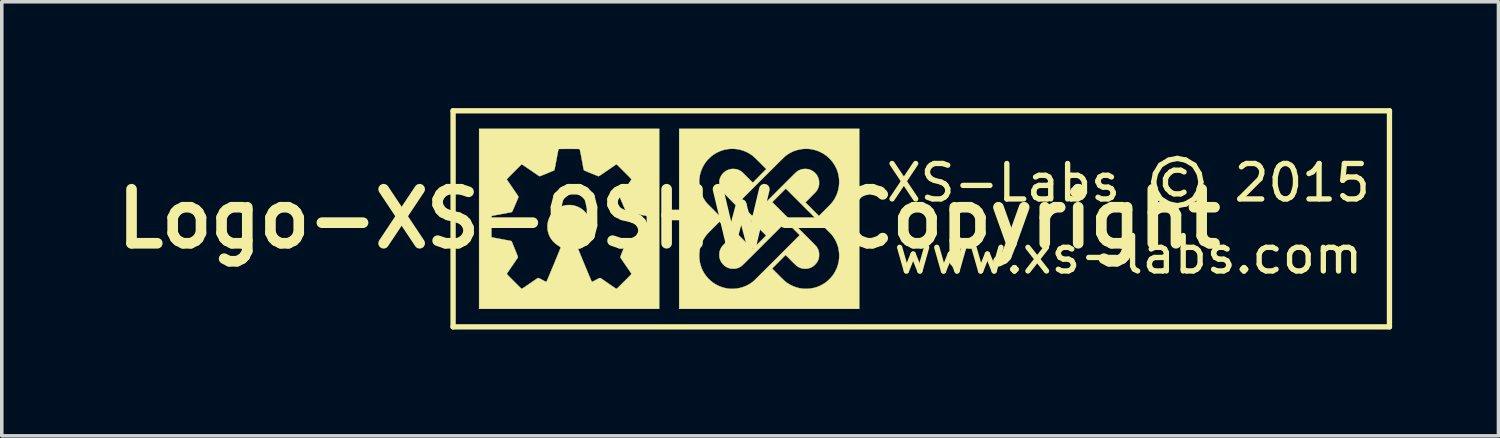
<source format=kicad_pcb>
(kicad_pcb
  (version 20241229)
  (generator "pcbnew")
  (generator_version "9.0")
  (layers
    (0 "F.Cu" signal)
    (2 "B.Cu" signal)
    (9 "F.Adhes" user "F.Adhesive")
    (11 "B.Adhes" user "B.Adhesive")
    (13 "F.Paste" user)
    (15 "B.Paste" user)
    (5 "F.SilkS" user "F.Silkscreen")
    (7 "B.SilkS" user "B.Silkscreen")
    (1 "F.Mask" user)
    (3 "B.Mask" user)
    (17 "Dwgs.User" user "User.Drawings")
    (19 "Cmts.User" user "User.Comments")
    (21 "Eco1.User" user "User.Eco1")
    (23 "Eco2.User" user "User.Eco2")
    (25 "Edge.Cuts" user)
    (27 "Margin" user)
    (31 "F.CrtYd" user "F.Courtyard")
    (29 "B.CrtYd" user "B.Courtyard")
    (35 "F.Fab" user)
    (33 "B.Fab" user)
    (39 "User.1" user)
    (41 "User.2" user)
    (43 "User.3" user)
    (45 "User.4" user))
  (footprint "Logo-XS-OSHW-Copyright"
    (layer "F.Cu")
    (at 15.828 3.123)
    (property "Reference" "Logo-XS-OSHW-Copyright" (at 0 0 0) (layer "F.SilkS") (effects (font (size 1.524 1.524) (thickness 0.3))))
    (attr through_hole)
    (fp_line (start -6.096 -3.048) (end -6.096 3.048) (stroke (width 0.15) (type solid)) (layer "F.SilkS"))
    (fp_line (start -6.096 -3.048) (end 20.32 -3.048) (stroke (width 0.15) (type solid)) (layer "F.SilkS"))
    (fp_line (start -6.096 3.048) (end 20.32 3.048) (stroke (width 0.15) (type solid)) (layer "F.SilkS"))
    (fp_line (start 20.32 3.048) (end 20.32 -3.048) (stroke (width 0.15) (type solid)) (layer "F.SilkS"))
    (fp_poly (pts (xy 5.362 2.54) (xy 0.282 2.54) (xy 0.282 1.024) (xy 0.847 1.024) (xy 0.849 1.094) (xy 0.855 1.163) (xy 0.867 1.232) (xy 0.884 1.301) (xy 0.906 1.368) (xy 0.933 1.433) (xy 0.945 1.459) (xy 0.978 1.519) (xy 1.016 1.577) (xy 1.059 1.632) (xy 1.105 1.685) (xy 1.154 1.733) (xy 1.207 1.778) (xy 1.243 1.805) (xy 1.305 1.844) (xy 1.369 1.879) (xy 1.435 1.909) (xy 1.503 1.933) (xy 1.573 1.952) (xy 1.644 1.966) (xy 1.703 1.973) (xy 1.72 1.974) (xy 1.741 1.974) (xy 1.765 1.974) (xy 1.791 1.974) (xy 1.817 1.974) (xy 1.843 1.973) (xy 1.866 1.971) (xy 1.886 1.97) (xy 1.897 1.969) (xy 1.969 1.956) (xy 2.04 1.939) (xy 2.109 1.916) (xy 2.176 1.889) (xy 2.24 1.856) (xy 2.302 1.818) (xy 2.361 1.775) (xy 2.377 1.762) (xy 2.381 1.758) (xy 2.389 1.751) (xy 2.401 1.739) (xy 2.416 1.725) (xy 2.434 1.707) (xy 2.456 1.685) (xy 2.48 1.661) (xy 2.508 1.634) (xy 2.538 1.604) (xy 2.571 1.571) (xy 2.606 1.536) (xy 2.644 1.499) (xy 2.684 1.46) (xy 2.725 1.418) (xy 2.741 1.403) (xy 2.903 1.403) (xy 3.075 1.574) (xy 3.11 1.609) (xy 3.142 1.641) (xy 3.171 1.67) (xy 3.198 1.695) (xy 3.221 1.718) (xy 3.24 1.736) (xy 3.256 1.752) (xy 3.269 1.763) (xy 3.278 1.77) (xy 3.278 1.771) (xy 3.335 1.813) (xy 3.395 1.85) (xy 3.457 1.883) (xy 3.522 1.911) (xy 3.588 1.934) (xy 3.655 1.952) (xy 3.723 1.965) (xy 3.761 1.97) (xy 3.774 1.971) (xy 3.787 1.972) (xy 3.797 1.973) (xy 3.802 1.974) (xy 3.811 1.974) (xy 3.825 1.975) (xy 3.842 1.975) (xy 3.862 1.974) (xy 3.883 1.974) (xy 3.905 1.973) (xy 3.926 1.972) (xy 3.946 1.971) (xy 3.962 1.97) (xy 3.975 1.969) (xy 3.977 1.969) (xy 4.05 1.956) (xy 4.121 1.939) (xy 4.189 1.917) (xy 4.256 1.889) (xy 4.32 1.856) (xy 4.382 1.818) (xy 4.442 1.775) (xy 4.448 1.77) (xy 4.461 1.759) (xy 4.478 1.744) (xy 4.496 1.727) (xy 4.515 1.708) (xy 4.534 1.689) (xy 4.553 1.67) (xy 4.569 1.652) (xy 4.583 1.636) (xy 4.592 1.626) (xy 4.636 1.567) (xy 4.674 1.505) (xy 4.707 1.441) (xy 4.736 1.376) (xy 4.759 1.308) (xy 4.776 1.239) (xy 4.789 1.169) (xy 4.796 1.098) (xy 4.797 1.026) (xy 4.797 1.013) (xy 4.792 0.94) (xy 4.781 0.867) (xy 4.766 0.797) (xy 4.745 0.729) (xy 4.718 0.662) (xy 4.687 0.598) (xy 4.65 0.536) (xy 4.609 0.477) (xy 4.577 0.437) (xy 4.573 0.433) (xy 4.565 0.424) (xy 4.553 0.412) (xy 4.538 0.396) (xy 4.519 0.377) (xy 4.497 0.355) (xy 4.472 0.33) (xy 4.444 0.302) (xy 4.414 0.271) (xy 4.38 0.237) (xy 4.344 0.201) (xy 4.306 0.162) (xy 4.266 0.122) (xy 4.224 0.079) (xy 4.179 0.035) (xy 4.133 -0.011) (xy 4.086 -0.058) (xy 4.037 -0.107) (xy 3.987 -0.158) (xy 3.936 -0.209) (xy 3.92 -0.224) (xy 3.291 -0.854) (xy 3.1 -0.663) (xy 2.908 -0.471) (xy 3.527 0.147) (xy 3.586 0.207) (xy 3.641 0.262) (xy 3.693 0.314) (xy 3.741 0.362) (xy 3.785 0.406) (xy 3.826 0.447) (xy 3.864 0.485) (xy 3.899 0.52) (xy 3.931 0.553) (xy 3.96 0.582) (xy 3.987 0.609) (xy 4.011 0.633) (xy 4.033 0.655) (xy 4.052 0.675) (xy 4.069 0.692) (xy 4.085 0.708) (xy 4.098 0.722) (xy 4.11 0.734) (xy 4.12 0.745) (xy 4.129 0.754) (xy 4.136 0.762) (xy 4.143 0.769) (xy 4.148 0.775) (xy 4.152 0.78) (xy 4.156 0.784) (xy 4.159 0.788) (xy 4.161 0.791) (xy 4.163 0.794) (xy 4.164 0.795) (xy 4.187 0.835) (xy 4.206 0.875) (xy 4.219 0.918) (xy 4.224 0.938) (xy 4.226 0.951) (xy 4.228 0.969) (xy 4.229 0.99) (xy 4.229 1.012) (xy 4.229 1.034) (xy 4.228 1.055) (xy 4.227 1.073) (xy 4.225 1.087) (xy 4.225 1.088) (xy 4.22 1.108) (xy 4.214 1.131) (xy 4.206 1.154) (xy 4.198 1.175) (xy 4.193 1.186) (xy 4.173 1.222) (xy 4.148 1.256) (xy 4.12 1.288) (xy 4.088 1.318) (xy 4.055 1.344) (xy 4.019 1.365) (xy 4.014 1.367) (xy 3.975 1.384) (xy 3.935 1.397) (xy 3.895 1.404) (xy 3.851 1.408) (xy 3.823 1.407) (xy 3.78 1.404) (xy 3.74 1.397) (xy 3.702 1.385) (xy 3.665 1.369) (xy 3.628 1.348) (xy 3.617 1.341) (xy 3.611 1.338) (xy 3.605 1.333) (xy 3.599 1.328) (xy 3.591 1.322) (xy 3.583 1.314) (xy 3.573 1.305) (xy 3.561 1.294) (xy 3.547 1.281) (xy 3.531 1.265) (xy 3.512 1.247) (xy 3.49 1.225) (xy 3.465 1.2) (xy 3.437 1.172) (xy 3.285 1.02) (xy 2.903 1.403) (xy 2.741 1.403) (xy 2.768 1.375) (xy 2.813 1.33) (xy 2.86 1.284) (xy 2.908 1.236) (xy 2.957 1.187) (xy 3.007 1.137) (xy 3.043 1.101) (xy 3.683 0.461) (xy 3.493 0.272) (xy 3.466 0.244) (xy 3.44 0.218) (xy 3.415 0.194) (xy 3.392 0.171) (xy 3.371 0.15) (xy 3.352 0.132) (xy 3.336 0.115) (xy 3.322 0.102) (xy 3.312 0.092) (xy 3.305 0.085) (xy 3.301 0.082) (xy 3.301 0.082) (xy 3.298 0.084) (xy 3.292 0.09) (xy 3.283 0.099) (xy 3.269 0.112) (xy 3.253 0.129) (xy 3.233 0.148) (xy 3.21 0.171) (xy 3.184 0.197) (xy 3.155 0.225) (xy 3.124 0.256) (xy 3.091 0.29) (xy 3.054 0.326) (xy 3.016 0.364) (xy 2.976 0.404) (xy 2.934 0.446) (xy 2.89 0.489) (xy 2.845 0.535) (xy 2.798 0.581) (xy 2.75 0.629) (xy 2.701 0.678) (xy 2.677 0.702) (xy 2.618 0.762) (xy 2.562 0.817) (xy 2.511 0.869) (xy 2.462 0.917) (xy 2.418 0.961) (xy 2.376 1.003) (xy 2.338 1.041) (xy 2.303 1.076) (xy 2.271 1.108) (xy 2.241 1.137) (xy 2.214 1.164) (xy 2.19 1.188) (xy 2.168 1.21) (xy 2.148 1.229) (xy 2.131 1.247) (xy 2.115 1.262) (xy 2.101 1.276) (xy 2.089 1.287) (xy 2.078 1.298) (xy 2.069 1.306) (xy 2.061 1.314) (xy 2.054 1.32) (xy 2.048 1.326) (xy 2.043 1.33) (xy 2.038 1.333) (xy 2.035 1.336) (xy 2.031 1.339) (xy 2.029 1.341) (xy 2.028 1.342) (xy 1.988 1.365) (xy 1.947 1.383) (xy 1.904 1.397) (xy 1.884 1.402) (xy 1.871 1.404) (xy 1.853 1.406) (xy 1.833 1.407) (xy 1.811 1.407) (xy 1.788 1.407) (xy 1.768 1.406) (xy 1.749 1.405) (xy 1.735 1.403) (xy 1.734 1.403) (xy 1.715 1.398) (xy 1.692 1.392) (xy 1.669 1.384) (xy 1.648 1.376) (xy 1.636 1.371) (xy 1.6 1.351) (xy 1.566 1.326) (xy 1.533 1.297) (xy 1.504 1.265) (xy 1.478 1.231) (xy 1.456 1.195) (xy 1.452 1.186) (xy 1.444 1.167) (xy 1.435 1.145) (xy 1.428 1.122) (xy 1.422 1.1) (xy 1.419 1.088) (xy 1.417 1.074) (xy 1.416 1.056) (xy 1.415 1.036) (xy 1.415 1.014) (xy 1.416 0.992) (xy 1.417 0.971) (xy 1.418 0.953) (xy 1.42 0.939) (xy 1.42 0.938) (xy 1.432 0.894) (xy 1.449 0.852) (xy 1.47 0.812) (xy 1.481 0.795) (xy 1.485 0.789) (xy 1.489 0.783) (xy 1.494 0.776) (xy 1.5 0.769) (xy 1.508 0.761) (xy 1.517 0.751) (xy 1.528 0.739) (xy 1.541 0.725) (xy 1.557 0.709) (xy 1.576 0.69) (xy 1.597 0.668) (xy 1.623 0.643) (xy 1.651 0.614) (xy 1.802 0.463) (xy 1.42 0.08) (xy 1.257 0.243) (xy 1.223 0.276) (xy 1.193 0.307) (xy 1.167 0.333) (xy 1.143 0.357) (xy 1.123 0.378) (xy 1.105 0.397) (xy 1.089 0.414) (xy 1.075 0.429) (xy 1.063 0.443) (xy 1.052 0.456) (xy 1.042 0.468) (xy 1.033 0.48) (xy 1.025 0.491) (xy 1.02 0.498) (xy 0.981 0.558) (xy 0.946 0.62) (xy 0.917 0.684) (xy 0.893 0.75) (xy 0.874 0.817) (xy 0.86 0.885) (xy 0.851 0.954) (xy 0.847 1.024) (xy 0.282 1.024) (xy 0.282 -1.025) (xy 0.847 -1.025) (xy 0.848 -1.013) (xy 0.853 -0.94) (xy 0.863 -0.867) (xy 0.879 -0.797) (xy 0.9 -0.729) (xy 0.926 -0.662) (xy 0.958 -0.597) (xy 0.995 -0.535) (xy 1.036 -0.476) (xy 1.06 -0.445) (xy 1.064 -0.441) (xy 1.071 -0.434) (xy 1.081 -0.423) (xy 1.095 -0.409) (xy 1.112 -0.392) (xy 1.132 -0.371) (xy 1.155 -0.348) (xy 1.181 -0.322) (xy 1.209 -0.294) (xy 1.24 -0.263) (xy 1.272 -0.23) (xy 1.307 -0.196) (xy 1.343 -0.159) (xy 1.381 -0.121) (xy 1.42 -0.082) (xy 1.46 -0.041) (xy 1.502 0.001) (xy 1.544 0.043) (xy 1.587 0.087) (xy 1.631 0.13) (xy 1.675 0.174) (xy 1.719 0.218) (xy 1.763 0.262) (xy 1.806 0.306) (xy 1.85 0.35) (xy 1.892 0.392) (xy 1.934 0.434) (xy 1.975 0.475) (xy 2.015 0.515) (xy 2.054 0.554) (xy 2.091 0.591) (xy 2.126 0.626) (xy 2.16 0.66) (xy 2.191 0.691) (xy 2.22 0.72) (xy 2.247 0.747) (xy 2.271 0.771) (xy 2.293 0.793) (xy 2.311 0.811) (xy 2.327 0.826) (xy 2.339 0.838) (xy 2.348 0.847) (xy 2.353 0.851) (xy 2.354 0.852) (xy 2.356 0.85) (xy 2.362 0.845) (xy 2.371 0.836) (xy 2.384 0.823) (xy 2.399 0.808) (xy 2.417 0.79) (xy 2.437 0.77) (xy 2.459 0.748) (xy 2.484 0.724) (xy 2.509 0.698) (xy 2.536 0.671) (xy 2.546 0.662) (xy 2.736 0.471) (xy 2.118 -0.147) (xy 2.059 -0.207) (xy 2.003 -0.262) (xy 1.952 -0.314) (xy 1.904 -0.362) (xy 1.859 -0.406) (xy 1.818 -0.447) (xy 1.804 -0.461) (xy 1.961 -0.461) (xy 2.151 -0.272) (xy 2.178 -0.244) (xy 2.205 -0.218) (xy 2.229 -0.194) (xy 2.252 -0.171) (xy 2.273 -0.15) (xy 2.292 -0.132) (xy 2.309 -0.115) (xy 2.322 -0.102) (xy 2.333 -0.092) (xy 2.34 -0.085) (xy 2.343 -0.082) (xy 2.344 -0.082) (xy 2.346 -0.084) (xy 2.352 -0.09) (xy 2.362 -0.099) (xy 2.375 -0.112) (xy 2.392 -0.129) (xy 2.412 -0.148) (xy 2.434 -0.171) (xy 2.46 -0.197) (xy 2.489 -0.225) (xy 2.52 -0.256) (xy 2.554 -0.29) (xy 2.59 -0.326) (xy 2.628 -0.364) (xy 2.668 -0.404) (xy 2.71 -0.446) (xy 2.754 -0.489) (xy 2.8 -0.535) (xy 2.846 -0.581) (xy 2.894 -0.629) (xy 2.943 -0.678) (xy 2.968 -0.702) (xy 3.027 -0.762) (xy 3.082 -0.817) (xy 3.134 -0.869) (xy 3.182 -0.917) (xy 3.227 -0.961) (xy 3.268 -1.003) (xy 3.306 -1.041) (xy 3.341 -1.076) (xy 3.374 -1.108) (xy 3.403 -1.137) (xy 3.43 -1.164) (xy 3.454 -1.188) (xy 3.476 -1.21) (xy 3.496 -1.229) (xy 3.514 -1.247) (xy 3.53 -1.262) (xy 3.543 -1.276) (xy 3.556 -1.287) (xy 3.566 -1.298) (xy 3.576 -1.306) (xy 3.584 -1.314) (xy 3.591 -1.32) (xy 3.597 -1.326) (xy 3.602 -1.33) (xy 3.606 -1.333) (xy 3.61 -1.336) (xy 3.613 -1.339) (xy 3.616 -1.341) (xy 3.617 -1.342) (xy 3.654 -1.364) (xy 3.691 -1.381) (xy 3.728 -1.394) (xy 3.767 -1.402) (xy 3.809 -1.407) (xy 3.823 -1.407) (xy 3.868 -1.407) (xy 3.911 -1.402) (xy 3.951 -1.392) (xy 3.991 -1.378) (xy 4.014 -1.367) (xy 4.052 -1.345) (xy 4.088 -1.319) (xy 4.12 -1.288) (xy 4.15 -1.255) (xy 4.175 -1.219) (xy 4.189 -1.192) (xy 4.199 -1.17) (xy 4.209 -1.146) (xy 4.217 -1.12) (xy 4.223 -1.096) (xy 4.225 -1.088) (xy 4.227 -1.074) (xy 4.228 -1.056) (xy 4.229 -1.036) (xy 4.229 -1.014) (xy 4.229 -0.992) (xy 4.228 -0.971) (xy 4.226 -0.953) (xy 4.224 -0.939) (xy 4.224 -0.938) (xy 4.212 -0.894) (xy 4.196 -0.852) (xy 4.174 -0.812) (xy 4.164 -0.795) (xy 4.16 -0.789) (xy 4.155 -0.783) (xy 4.15 -0.776) (xy 4.144 -0.769) (xy 4.137 -0.761) (xy 4.128 -0.751) (xy 4.116 -0.739) (xy 4.103 -0.725) (xy 4.087 -0.709) (xy 4.069 -0.69) (xy 4.047 -0.668) (xy 4.022 -0.643) (xy 3.994 -0.614) (xy 3.843 -0.463) (xy 4.225 -0.08) (xy 4.387 -0.243) (xy 4.421 -0.276) (xy 4.451 -0.307) (xy 4.478 -0.333) (xy 4.501 -0.357) (xy 4.522 -0.378) (xy 4.54 -0.397) (xy 4.555 -0.414) (xy 4.569 -0.429) (xy 4.581 -0.443) (xy 4.592 -0.456) (xy 4.602 -0.468) (xy 4.611 -0.48) (xy 4.62 -0.491) (xy 4.625 -0.498) (xy 4.664 -0.558) (xy 4.698 -0.62) (xy 4.727 -0.684) (xy 4.751 -0.75) (xy 4.77 -0.817) (xy 4.784 -0.885) (xy 4.793 -0.954) (xy 4.797 -1.024) (xy 4.796 -1.094) (xy 4.789 -1.163) (xy 4.778 -1.232) (xy 4.761 -1.301) (xy 4.739 -1.368) (xy 4.711 -1.433) (xy 4.699 -1.459) (xy 4.666 -1.519) (xy 4.628 -1.577) (xy 4.586 -1.632) (xy 4.54 -1.685) (xy 4.49 -1.733) (xy 4.438 -1.778) (xy 4.401 -1.805) (xy 4.34 -1.844) (xy 4.276 -1.879) (xy 4.211 -1.908) (xy 4.143 -1.932) (xy 4.074 -1.951) (xy 4.004 -1.965) (xy 3.933 -1.973) (xy 3.861 -1.975) (xy 3.835 -1.975) (xy 3.762 -1.97) (xy 3.689 -1.959) (xy 3.619 -1.943) (xy 3.55 -1.922) (xy 3.484 -1.896) (xy 3.419 -1.864) (xy 3.357 -1.827) (xy 3.297 -1.785) (xy 3.278 -1.771) (xy 3.274 -1.767) (xy 3.267 -1.761) (xy 3.257 -1.752) (xy 3.245 -1.74) (xy 3.23 -1.726) (xy 3.212 -1.708) (xy 3.192 -1.688) (xy 3.168 -1.665) (xy 3.142 -1.639) (xy 3.112 -1.61) (xy 3.08 -1.578) (xy 3.044 -1.542) (xy 3.004 -1.503) (xy 2.962 -1.46) (xy 2.915 -1.414) (xy 2.866 -1.365) (xy 2.812 -1.311) (xy 2.755 -1.254) (xy 2.694 -1.194) (xy 2.629 -1.129) (xy 2.604 -1.104) (xy 1.961 -0.461) (xy 1.804 -0.461) (xy 1.78 -0.485) (xy 1.745 -0.52) (xy 1.713 -0.553) (xy 1.684 -0.582) (xy 1.657 -0.609) (xy 1.633 -0.633) (xy 1.612 -0.655) (xy 1.592 -0.675) (xy 1.575 -0.692) (xy 1.56 -0.708) (xy 1.546 -0.722) (xy 1.534 -0.734) (xy 1.524 -0.745) (xy 1.515 -0.754) (xy 1.508 -0.762) (xy 1.502 -0.769) (xy 1.496 -0.775) (xy 1.492 -0.78) (xy 1.489 -0.784) (xy 1.486 -0.788) (xy 1.483 -0.791) (xy 1.481 -0.794) (xy 1.481 -0.795) (xy 1.457 -0.835) (xy 1.439 -0.875) (xy 1.425 -0.918) (xy 1.42 -0.938) (xy 1.418 -0.951) (xy 1.417 -0.969) (xy 1.416 -0.99) (xy 1.415 -1.012) (xy 1.415 -1.034) (xy 1.416 -1.055) (xy 1.417 -1.073) (xy 1.419 -1.087) (xy 1.419 -1.088) (xy 1.431 -1.134) (xy 1.448 -1.177) (xy 1.47 -1.219) (xy 1.497 -1.257) (xy 1.528 -1.292) (xy 1.533 -1.297) (xy 1.567 -1.327) (xy 1.601 -1.351) (xy 1.638 -1.371) (xy 1.678 -1.387) (xy 1.685 -1.39) (xy 1.715 -1.398) (xy 1.745 -1.404) (xy 1.775 -1.407) (xy 1.809 -1.408) (xy 1.822 -1.407) (xy 1.865 -1.404) (xy 1.905 -1.397) (xy 1.943 -1.385) (xy 1.98 -1.369) (xy 2.017 -1.348) (xy 2.028 -1.341) (xy 2.033 -1.338) (xy 2.039 -1.333) (xy 2.046 -1.328) (xy 2.053 -1.322) (xy 2.062 -1.314) (xy 2.072 -1.305) (xy 2.083 -1.294) (xy 2.097 -1.281) (xy 2.114 -1.265) (xy 2.133 -1.246) (xy 2.155 -1.224) (xy 2.18 -1.199) (xy 2.208 -1.171) (xy 2.36 -1.02) (xy 2.55 -1.212) (xy 2.74 -1.404) (xy 2.582 -1.563) (xy 2.556 -1.589) (xy 2.531 -1.614) (xy 2.506 -1.638) (xy 2.483 -1.661) (xy 2.461 -1.682) (xy 2.442 -1.701) (xy 2.425 -1.718) (xy 2.41 -1.732) (xy 2.399 -1.742) (xy 2.391 -1.749) (xy 2.39 -1.75) (xy 2.335 -1.795) (xy 2.276 -1.834) (xy 2.215 -1.869) (xy 2.152 -1.899) (xy 2.087 -1.924) (xy 2.021 -1.944) (xy 1.953 -1.96) (xy 1.884 -1.97) (xy 1.814 -1.975) (xy 1.745 -1.975) (xy 1.675 -1.969) (xy 1.605 -1.959) (xy 1.536 -1.943) (xy 1.468 -1.921) (xy 1.425 -1.905) (xy 1.36 -1.875) (xy 1.297 -1.84) (xy 1.237 -1.8) (xy 1.197 -1.77) (xy 1.183 -1.759) (xy 1.167 -1.744) (xy 1.149 -1.727) (xy 1.13 -1.708) (xy 1.11 -1.689) (xy 1.092 -1.67) (xy 1.075 -1.652) (xy 1.061 -1.636) (xy 1.052 -1.626) (xy 1.009 -1.567) (xy 0.97 -1.505) (xy 0.937 -1.441) (xy 0.909 -1.376) (xy 0.886 -1.308) (xy 0.868 -1.239) (xy 0.856 -1.169) (xy 0.849 -1.098) (xy 0.847 -1.025) (xy 0.282 -1.025) (xy 0.282 -2.54) (xy 5.362 -2.54) (xy 5.362 2.54)) (stroke (width 0.01) (type solid)) (fill yes) (layer "F.SilkS"))
    (fp_poly (pts (xy -0.282 2.54) (xy -5.362 2.54) (xy -5.362 -0.068) (xy -5.015 -0.068) (xy -5.015 0.22) (xy -5.015 0.266) (xy -5.015 0.308) (xy -5.015 0.344) (xy -5.015 0.376) (xy -5.015 0.403) (xy -5.015 0.426) (xy -5.015 0.446) (xy -5.015 0.462) (xy -5.014 0.476) (xy -5.014 0.486) (xy -5.014 0.495) (xy -5.013 0.501) (xy -5.013 0.506) (xy -5.012 0.509) (xy -5.011 0.511) (xy -5.011 0.513) (xy -5.01 0.514) (xy -5.009 0.515) (xy -5.004 0.52) (xy -4.999 0.523) (xy -4.995 0.524) (xy -4.987 0.526) (xy -4.973 0.528) (xy -4.956 0.532) (xy -4.934 0.536) (xy -4.909 0.541) (xy -4.88 0.546) (xy -4.849 0.552) (xy -4.815 0.558) (xy -4.779 0.565) (xy -4.741 0.572) (xy -4.728 0.574) (xy -4.69 0.581) (xy -4.653 0.588) (xy -4.618 0.595) (xy -4.586 0.601) (xy -4.557 0.607) (xy -4.53 0.612) (xy -4.507 0.616) (xy -4.488 0.62) (xy -4.473 0.623) (xy -4.462 0.625) (xy -4.457 0.626) (xy -4.456 0.626) (xy -4.451 0.63) (xy -4.445 0.637) (xy -4.444 0.637) (xy -4.442 0.641) (xy -4.438 0.65) (xy -4.433 0.662) (xy -4.426 0.679) (xy -4.417 0.699) (xy -4.408 0.722) (xy -4.398 0.747) (xy -4.387 0.774) (xy -4.375 0.802) (xy -4.363 0.831) (xy -4.351 0.861) (xy -4.339 0.89) (xy -4.328 0.919) (xy -4.317 0.947) (xy -4.306 0.973) (xy -4.297 0.998) (xy -4.288 1.019) (xy -4.281 1.038) (xy -4.275 1.053) (xy -4.271 1.065) (xy -4.269 1.072) (xy -4.268 1.073) (xy -4.268 1.083) (xy -4.271 1.092) (xy -4.273 1.096) (xy -4.278 1.104) (xy -4.286 1.116) (xy -4.296 1.132) (xy -4.309 1.15) (xy -4.324 1.172) (xy -4.34 1.197) (xy -4.358 1.223) (xy -4.378 1.252) (xy -4.398 1.282) (xy -4.42 1.313) (xy -4.422 1.317) (xy -4.444 1.348) (xy -4.465 1.378) (xy -4.484 1.407) (xy -4.502 1.433) (xy -4.519 1.458) (xy -4.534 1.48) (xy -4.547 1.499) (xy -4.558 1.515) (xy -4.566 1.527) (xy -4.571 1.535) (xy -4.574 1.539) (xy -4.574 1.539) (xy -4.576 1.542) (xy -4.577 1.545) (xy -4.578 1.548) (xy -4.578 1.551) (xy -4.577 1.554) (xy -4.575 1.559) (xy -4.572 1.564) (xy -4.568 1.57) (xy -4.561 1.578) (xy -4.552 1.588) (xy -4.542 1.599) (xy -4.529 1.613) (xy -4.513 1.629) (xy -4.494 1.648) (xy -4.472 1.67) (xy -4.447 1.695) (xy -4.419 1.724) (xy -4.387 1.756) (xy -4.378 1.765) (xy -4.35 1.793) (xy -4.323 1.819) (xy -4.298 1.845) (xy -4.274 1.869) (xy -4.252 1.891) (xy -4.232 1.91) (xy -4.214 1.928) (xy -4.199 1.942) (xy -4.187 1.954) (xy -4.179 1.962) (xy -4.174 1.966) (xy -4.173 1.967) (xy -4.169 1.97) (xy -4.166 1.971) (xy -4.162 1.972) (xy -4.158 1.972) (xy -4.154 1.971) (xy -4.147 1.969) (xy -4.14 1.965) (xy -4.13 1.959) (xy -4.117 1.951) (xy -4.103 1.942) (xy -4.084 1.93) (xy -4.063 1.915) (xy -4.037 1.897) (xy -4.008 1.877) (xy -4.003 1.874) (xy -3.975 1.855) (xy -3.947 1.835) (xy -3.918 1.816) (xy -3.89 1.797) (xy -3.864 1.779) (xy -3.84 1.762) (xy -3.819 1.748) (xy -3.801 1.735) (xy -3.792 1.729) (xy -3.769 1.714) (xy -3.751 1.702) (xy -3.737 1.692) (xy -3.725 1.684) (xy -3.716 1.679) (xy -3.71 1.675) (xy -3.704 1.672) (xy -3.7 1.671) (xy -3.696 1.67) (xy -3.692 1.67) (xy -3.69 1.67) (xy -3.687 1.671) (xy -3.682 1.672) (xy -3.676 1.674) (xy -3.669 1.677) (xy -3.659 1.682) (xy -3.646 1.688) (xy -3.629 1.696) (xy -3.609 1.707) (xy -3.585 1.72) (xy -3.58 1.723) (xy -3.559 1.734) (xy -3.538 1.745) (xy -3.52 1.755) (xy -3.504 1.763) (xy -3.491 1.77) (xy -3.482 1.774) (xy -3.478 1.776) (xy -3.477 1.777) (xy -3.471 1.777) (xy -3.464 1.774) (xy -3.462 1.773) (xy -3.461 1.772) (xy -3.459 1.769) (xy -3.457 1.765) (xy -3.454 1.76) (xy -3.451 1.753) (xy -3.447 1.744) (xy -3.442 1.733) (xy -3.436 1.72) (xy -3.429 1.704) (xy -3.421 1.685) (xy -3.412 1.664) (xy -3.402 1.639) (xy -3.39 1.61) (xy -3.376 1.578) (xy -3.361 1.543) (xy -3.345 1.503) (xy -3.326 1.458) (xy -3.306 1.41) (xy -3.284 1.356) (xy -3.259 1.298) (xy -3.234 1.237) (xy -3.211 1.181) (xy -3.19 1.13) (xy -3.171 1.084) (xy -3.154 1.042) (xy -3.138 1.004) (xy -3.124 0.971) (xy -3.112 0.941) (xy -3.102 0.915) (xy -3.093 0.892) (xy -3.085 0.873) (xy -3.078 0.857) (xy -3.073 0.843) (xy -3.069 0.833) (xy -3.066 0.824) (xy -3.065 0.819) (xy -3.064 0.815) (xy -3.064 0.814) (xy -3.064 0.806) (xy -3.067 0.8) (xy -3.071 0.794) (xy -3.079 0.788) (xy -3.092 0.78) (xy -3.097 0.777) (xy -3.11 0.769) (xy -3.125 0.759) (xy -3.139 0.749) (xy -3.143 0.747) (xy -3.156 0.737) (xy -3.172 0.726) (xy -3.186 0.715) (xy -3.189 0.713) (xy -3.204 0.701) (xy -3.221 0.686) (xy -3.24 0.669) (xy -3.258 0.651) (xy -3.276 0.634) (xy -3.291 0.617) (xy -3.298 0.608) (xy -3.323 0.575) (xy -3.347 0.539) (xy -3.368 0.503) (xy -3.384 0.468) (xy -3.405 0.414) (xy -3.42 0.359) (xy -3.43 0.302) (xy -3.434 0.245) (xy -3.434 0.187) (xy -3.428 0.13) (xy -3.417 0.074) (xy -3.4 0.019) (xy -3.382 -0.027) (xy -3.356 -0.078) (xy -3.325 -0.127) (xy -3.291 -0.172) (xy -3.252 -0.214) (xy -3.209 -0.251) (xy -3.164 -0.285) (xy -3.115 -0.315) (xy -3.064 -0.34) (xy -3.011 -0.36) (xy -2.976 -0.37) (xy -2.918 -0.382) (xy -2.861 -0.388) (xy -2.805 -0.389) (xy -2.749 -0.385) (xy -2.694 -0.376) (xy -2.641 -0.362) (xy -2.589 -0.343) (xy -2.539 -0.32) (xy -2.492 -0.293) (xy -2.447 -0.261) (xy -2.405 -0.226) (xy -2.366 -0.186) (xy -2.331 -0.143) (xy -2.3 -0.097) (xy -2.272 -0.047) (xy -2.249 0.006) (xy -2.242 0.025) (xy -2.228 0.075) (xy -2.218 0.124) (xy -2.212 0.174) (xy -2.21 0.227) (xy -2.211 0.245) (xy -2.215 0.304) (xy -2.225 0.361) (xy -2.241 0.416) (xy -2.262 0.47) (xy -2.288 0.522) (xy -2.319 0.572) (xy -2.331 0.588) (xy -2.343 0.604) (xy -2.359 0.622) (xy -2.376 0.641) (xy -2.395 0.66) (xy -2.414 0.678) (xy -2.432 0.694) (xy -2.448 0.707) (xy -2.453 0.711) (xy -2.466 0.721) (xy -2.482 0.732) (xy -2.496 0.743) (xy -2.501 0.746) (xy -2.514 0.755) (xy -2.529 0.765) (xy -2.543 0.774) (xy -2.548 0.777) (xy -2.561 0.785) (xy -2.571 0.792) (xy -2.577 0.798) (xy -2.58 0.804) (xy -2.581 0.811) (xy -2.581 0.814) (xy -2.58 0.816) (xy -2.579 0.821) (xy -2.577 0.828) (xy -2.574 0.837) (xy -2.569 0.848) (xy -2.563 0.863) (xy -2.557 0.881) (xy -2.548 0.901) (xy -2.539 0.925) (xy -2.527 0.953) (xy -2.514 0.984) (xy -2.5 1.02) (xy -2.484 1.059) (xy -2.466 1.103) (xy -2.446 1.151) (xy -2.424 1.204) (xy -2.4 1.262) (xy -2.385 1.298) (xy -2.361 1.356) (xy -2.338 1.41) (xy -2.318 1.459) (xy -2.3 1.503) (xy -2.283 1.543) (xy -2.268 1.579) (xy -2.255 1.611) (xy -2.243 1.639) (xy -2.232 1.664) (xy -2.223 1.685) (xy -2.215 1.704) (xy -2.208 1.72) (xy -2.203 1.733) (xy -2.198 1.744) (xy -2.194 1.753) (xy -2.19 1.76) (xy -2.187 1.765) (xy -2.185 1.769) (xy -2.183 1.772) (xy -2.182 1.773) (xy -2.181 1.774) (xy -2.181 1.774) (xy -2.174 1.777) (xy -2.167 1.777) (xy -2.164 1.775) (xy -2.156 1.771) (xy -2.144 1.765) (xy -2.129 1.757) (xy -2.111 1.747) (xy -2.091 1.737) (xy -2.07 1.725) (xy -2.064 1.723) (xy -2.038 1.708) (xy -2.016 1.697) (xy -1.998 1.688) (xy -1.983 1.68) (xy -1.971 1.675) (xy -1.962 1.672) (xy -1.954 1.67) (xy -1.948 1.67) (xy -1.943 1.671) (xy -1.938 1.673) (xy -1.932 1.676) (xy -1.931 1.676) (xy -1.926 1.679) (xy -1.918 1.685) (xy -1.905 1.693) (xy -1.89 1.704) (xy -1.873 1.715) (xy -1.854 1.728) (xy -1.834 1.742) (xy -1.833 1.743) (xy -1.787 1.774) (xy -1.745 1.803) (xy -1.708 1.829) (xy -1.674 1.852) (xy -1.644 1.872) (xy -1.618 1.89) (xy -1.595 1.906) (xy -1.575 1.919) (xy -1.558 1.931) (xy -1.543 1.941) (xy -1.531 1.949) (xy -1.521 1.956) (xy -1.513 1.961) (xy -1.506 1.965) (xy -1.501 1.968) (xy -1.497 1.97) (xy -1.495 1.971) (xy -1.492 1.972) (xy -1.491 1.973) (xy -1.49 1.973) (xy -1.489 1.973) (xy -1.481 1.971) (xy -1.474 1.969) (xy -1.471 1.966) (xy -1.464 1.96) (xy -1.454 1.95) (xy -1.441 1.937) (xy -1.424 1.922) (xy -1.406 1.903) (xy -1.385 1.882) (xy -1.362 1.86) (xy -1.337 1.835) (xy -1.311 1.809) (xy -1.283 1.782) (xy -1.268 1.766) (xy -1.234 1.732) (xy -1.204 1.703) (xy -1.178 1.676) (xy -1.155 1.654) (xy -1.136 1.634) (xy -1.119 1.616) (xy -1.105 1.602) (xy -1.093 1.589) (xy -1.084 1.579) (xy -1.077 1.57) (xy -1.072 1.563) (xy -1.069 1.557) (xy -1.067 1.551) (xy -1.067 1.547) (xy -1.068 1.543) (xy -1.07 1.539) (xy -1.072 1.535) (xy -1.075 1.531) (xy -1.079 1.526) (xy -1.08 1.524) (xy -1.084 1.518) (xy -1.091 1.509) (xy -1.1 1.495) (xy -1.112 1.478) (xy -1.125 1.457) (xy -1.141 1.434) (xy -1.159 1.409) (xy -1.177 1.382) (xy -1.197 1.353) (xy -1.218 1.323) (xy -1.232 1.302) (xy -1.253 1.272) (xy -1.273 1.243) (xy -1.292 1.215) (xy -1.309 1.19) (xy -1.325 1.166) (xy -1.339 1.145) (xy -1.351 1.127) (xy -1.361 1.113) (xy -1.368 1.102) (xy -1.372 1.095) (xy -1.374 1.092) (xy -1.376 1.082) (xy -1.376 1.073) (xy -1.375 1.069) (xy -1.372 1.059) (xy -1.366 1.046) (xy -1.36 1.028) (xy -1.352 1.008) (xy -1.343 0.985) (xy -1.333 0.959) (xy -1.322 0.932) (xy -1.31 0.903) (xy -1.299 0.874) (xy -1.287 0.845) (xy -1.275 0.815) (xy -1.263 0.786) (xy -1.252 0.759) (xy -1.241 0.733) (xy -1.231 0.709) (xy -1.222 0.688) (xy -1.215 0.67) (xy -1.208 0.655) (xy -1.204 0.644) (xy -1.201 0.638) (xy -1.2 0.637) (xy -1.194 0.631) (xy -1.189 0.627) (xy -1.188 0.626) (xy -1.185 0.626) (xy -1.176 0.624) (xy -1.163 0.621) (xy -1.145 0.618) (xy -1.123 0.613) (xy -1.098 0.608) (xy -1.069 0.603) (xy -1.038 0.597) (xy -1.004 0.591) (xy -0.968 0.584) (xy -0.93 0.577) (xy -0.917 0.574) (xy -0.879 0.567) (xy -0.842 0.56) (xy -0.808 0.554) (xy -0.775 0.548) (xy -0.746 0.542) (xy -0.719 0.537) (xy -0.696 0.533) (xy -0.677 0.529) (xy -0.662 0.527) (xy -0.652 0.525) (xy -0.646 0.523) (xy -0.646 0.523) (xy -0.641 0.52) (xy -0.635 0.515) (xy -0.634 0.513) (xy -0.633 0.512) (xy -0.633 0.51) (xy -0.632 0.507) (xy -0.631 0.502) (xy -0.631 0.497) (xy -0.631 0.489) (xy -0.63 0.479) (xy -0.63 0.466) (xy -0.63 0.451) (xy -0.63 0.432) (xy -0.63 0.41) (xy -0.629 0.384) (xy -0.629 0.354) (xy -0.629 0.319) (xy -0.629 0.279) (xy -0.629 0.234) (xy -0.629 -0.068) (xy -0.637 -0.076) (xy -0.639 -0.079) (xy -0.642 -0.081) (xy -0.645 -0.082) (xy -0.65 -0.084) (xy -0.657 -0.086) (xy -0.666 -0.088) (xy -0.678 -0.091) (xy -0.695 -0.094) (xy -0.715 -0.098) (xy -0.741 -0.103) (xy -0.742 -0.103) (xy -0.802 -0.114) (xy -0.856 -0.124) (xy -0.905 -0.133) (xy -0.949 -0.141) (xy -0.988 -0.149) (xy -1.024 -0.155) (xy -1.055 -0.161) (xy -1.082 -0.166) (xy -1.106 -0.17) (xy -1.126 -0.174) (xy -1.143 -0.177) (xy -1.158 -0.18) (xy -1.169 -0.182) (xy -1.179 -0.184) (xy -1.186 -0.186) (xy -1.191 -0.187) (xy -1.195 -0.187) (xy -1.197 -0.188) (xy -1.197 -0.188) (xy -1.2 -0.189) (xy -1.203 -0.19) (xy -1.206 -0.193) (xy -1.209 -0.196) (xy -1.213 -0.2) (xy -1.217 -0.207) (xy -1.221 -0.215) (xy -1.227 -0.226) (xy -1.233 -0.239) (xy -1.24 -0.256) (xy -1.249 -0.276) (xy -1.26 -0.3) (xy -1.272 -0.327) (xy -1.286 -0.36) (xy -1.302 -0.397) (xy -1.305 -0.405) (xy -1.321 -0.443) (xy -1.335 -0.475) (xy -1.347 -0.503) (xy -1.357 -0.527) (xy -1.366 -0.548) (xy -1.373 -0.565) (xy -1.378 -0.578) (xy -1.383 -0.589) (xy -1.386 -0.598) (xy -1.388 -0.605) (xy -1.39 -0.611) (xy -1.391 -0.615) (xy -1.391 -0.618) (xy -1.391 -0.621) (xy -1.391 -0.621) (xy -1.39 -0.623) (xy -1.389 -0.626) (xy -1.388 -0.63) (xy -1.385 -0.635) (xy -1.381 -0.642) (xy -1.376 -0.65) (xy -1.37 -0.66) (xy -1.362 -0.673) (xy -1.352 -0.688) (xy -1.34 -0.706) (xy -1.325 -0.727) (xy -1.308 -0.752) (xy -1.289 -0.78) (xy -1.267 -0.813) (xy -1.241 -0.85) (xy -1.241 -0.85) (xy -1.22 -0.881) (xy -1.198 -0.912) (xy -1.178 -0.942) (xy -1.159 -0.969) (xy -1.142 -0.995) (xy -1.126 -1.018) (xy -1.112 -1.038) (xy -1.1 -1.056) (xy -1.091 -1.069) (xy -1.084 -1.079) (xy -1.08 -1.085) (xy -1.08 -1.085) (xy -1.076 -1.09) (xy -1.073 -1.094) (xy -1.07 -1.098) (xy -1.068 -1.101) (xy -1.067 -1.105) (xy -1.067 -1.109) (xy -1.068 -1.114) (xy -1.07 -1.119) (xy -1.074 -1.126) (xy -1.08 -1.134) (xy -1.088 -1.143) (xy -1.098 -1.154) (xy -1.111 -1.168) (xy -1.126 -1.184) (xy -1.144 -1.202) (xy -1.166 -1.224) (xy -1.19 -1.248) (xy -1.218 -1.276) (xy -1.249 -1.307) (xy -1.271 -1.329) (xy -1.475 -1.532) (xy -1.487 -1.532) (xy -1.49 -1.532) (xy -1.493 -1.532) (xy -1.497 -1.53) (xy -1.503 -1.528) (xy -1.51 -1.524) (xy -1.518 -1.518) (xy -1.53 -1.511) (xy -1.544 -1.502) (xy -1.561 -1.49) (xy -1.582 -1.475) (xy -1.608 -1.458) (xy -1.611 -1.456) (xy -1.637 -1.438) (xy -1.667 -1.417) (xy -1.7 -1.395) (xy -1.733 -1.372) (xy -1.767 -1.349) (xy -1.8 -1.327) (xy -1.83 -1.305) (xy -1.848 -1.293) (xy -1.872 -1.277) (xy -1.895 -1.261) (xy -1.917 -1.247) (xy -1.936 -1.234) (xy -1.952 -1.223) (xy -1.966 -1.215) (xy -1.976 -1.209) (xy -1.982 -1.205) (xy -1.984 -1.204) (xy -1.992 -1.203) (xy -2 -1.204) (xy -2 -1.204) (xy -2.004 -1.205) (xy -2.012 -1.208) (xy -2.025 -1.213) (xy -2.041 -1.22) (xy -2.061 -1.228) (xy -2.083 -1.236) (xy -2.107 -1.246) (xy -2.133 -1.257) (xy -2.16 -1.268) (xy -2.188 -1.279) (xy -2.216 -1.29) (xy -2.243 -1.301) (xy -2.27 -1.312) (xy -2.295 -1.323) (xy -2.318 -1.332) (xy -2.338 -1.341) (xy -2.356 -1.348) (xy -2.37 -1.354) (xy -2.381 -1.358) (xy -2.387 -1.361) (xy -2.387 -1.361) (xy -2.4 -1.369) (xy -2.408 -1.381) (xy -2.411 -1.387) (xy -2.412 -1.391) (xy -2.414 -1.399) (xy -2.416 -1.413) (xy -2.42 -1.431) (xy -2.424 -1.453) (xy -2.429 -1.478) (xy -2.434 -1.507) (xy -2.44 -1.539) (xy -2.446 -1.573) (xy -2.453 -1.609) (xy -2.46 -1.647) (xy -2.465 -1.673) (xy -2.474 -1.72) (xy -2.481 -1.761) (xy -2.488 -1.798) (xy -2.494 -1.829) (xy -2.5 -1.857) (xy -2.504 -1.88) (xy -2.508 -1.9) (xy -2.512 -1.917) (xy -2.515 -1.93) (xy -2.518 -1.941) (xy -2.52 -1.95) (xy -2.522 -1.956) (xy -2.525 -1.961) (xy -2.527 -1.964) (xy -2.529 -1.966) (xy -2.532 -1.968) (xy -2.534 -1.969) (xy -2.537 -1.969) (xy -2.54 -1.97) (xy -2.544 -1.97) (xy -2.554 -1.971) (xy -2.568 -1.971) (xy -2.587 -1.972) (xy -2.609 -1.972) (xy -2.635 -1.972) (xy -2.663 -1.972) (xy -2.694 -1.972) (xy -2.726 -1.973) (xy -2.76 -1.973) (xy -2.794 -1.973) (xy -2.829 -1.973) (xy -2.864 -1.973) (xy -2.899 -1.973) (xy -2.932 -1.973) (xy -2.964 -1.972) (xy -2.993 -1.972) (xy -3.021 -1.972) (xy -3.045 -1.972) (xy -3.066 -1.971) (xy -3.083 -1.971) (xy -3.095 -1.971) (xy -3.103 -1.97) (xy -3.105 -1.97) (xy -3.108 -1.969) (xy -3.111 -1.968) (xy -3.113 -1.967) (xy -3.116 -1.966) (xy -3.118 -1.963) (xy -3.12 -1.96) (xy -3.123 -1.955) (xy -3.125 -1.948) (xy -3.128 -1.938) (xy -3.13 -1.927) (xy -3.134 -1.912) (xy -3.137 -1.895) (xy -3.141 -1.874) (xy -3.146 -1.85) (xy -3.152 -1.821) (xy -3.158 -1.788) (xy -3.165 -1.75) (xy -3.173 -1.708) (xy -3.179 -1.672) (xy -3.187 -1.633) (xy -3.194 -1.595) (xy -3.201 -1.559) (xy -3.207 -1.525) (xy -3.213 -1.494) (xy -3.219 -1.466) (xy -3.224 -1.441) (xy -3.228 -1.42) (xy -3.231 -1.403) (xy -3.234 -1.39) (xy -3.236 -1.383) (xy -3.236 -1.381) (xy -3.241 -1.373) (xy -3.248 -1.366) (xy -3.248 -1.366) (xy -3.252 -1.364) (xy -3.261 -1.36) (xy -3.273 -1.355) (xy -3.29 -1.348) (xy -3.31 -1.339) (xy -3.333 -1.33) (xy -3.359 -1.319) (xy -3.386 -1.308) (xy -3.415 -1.296) (xy -3.423 -1.292) (xy -3.463 -1.276) (xy -3.497 -1.262) (xy -3.527 -1.25) (xy -3.553 -1.24) (xy -3.574 -1.231) (xy -3.593 -1.223) (xy -3.608 -1.217) (xy -3.62 -1.213) (xy -3.63 -1.209) (xy -3.637 -1.206) (xy -3.643 -1.205) (xy -3.647 -1.203) (xy -3.65 -1.203) (xy -3.653 -1.203) (xy -3.655 -1.203) (xy -3.656 -1.204) (xy -3.658 -1.204) (xy -3.659 -1.204) (xy -3.661 -1.205) (xy -3.663 -1.206) (xy -3.665 -1.207) (xy -3.669 -1.208) (xy -3.673 -1.211) (xy -3.678 -1.214) (xy -3.685 -1.219) (xy -3.694 -1.224) (xy -3.705 -1.231) (xy -3.717 -1.24) (xy -3.732 -1.25) (xy -3.75 -1.262) (xy -3.77 -1.275) (xy -3.793 -1.291) (xy -3.82 -1.309) (xy -3.849 -1.33) (xy -3.883 -1.353) (xy -3.921 -1.378) (xy -3.962 -1.407) (xy -4.008 -1.438) (xy -4.029 -1.453) (xy -4.055 -1.471) (xy -4.078 -1.486) (xy -4.096 -1.498) (xy -4.111 -1.508) (xy -4.123 -1.516) (xy -4.132 -1.522) (xy -4.14 -1.527) (xy -4.145 -1.529) (xy -4.15 -1.531) (xy -4.153 -1.532) (xy -4.156 -1.532) (xy -4.158 -1.532) (xy -4.17 -1.532) (xy -4.374 -1.329) (xy -4.407 -1.295) (xy -4.436 -1.266) (xy -4.462 -1.24) (xy -4.484 -1.218) (xy -4.503 -1.198) (xy -4.52 -1.182) (xy -4.534 -1.168) (xy -4.545 -1.156) (xy -4.555 -1.146) (xy -4.562 -1.138) (xy -4.567 -1.132) (xy -4.572 -1.127) (xy -4.574 -1.123) (xy -4.576 -1.12) (xy -4.577 -1.118) (xy -4.578 -1.116) (xy -4.578 -1.114) (xy -4.575 -1.103) (xy -4.568 -1.09) (xy -4.565 -1.086) (xy -4.559 -1.078) (xy -4.551 -1.065) (xy -4.54 -1.049) (xy -4.526 -1.029) (xy -4.511 -1.007) (xy -4.494 -0.982) (xy -4.475 -0.955) (xy -4.455 -0.926) (xy -4.434 -0.895) (xy -4.413 -0.864) (xy -4.407 -0.855) (xy -4.381 -0.818) (xy -4.359 -0.785) (xy -4.339 -0.756) (xy -4.322 -0.731) (xy -4.307 -0.709) (xy -4.295 -0.691) (xy -4.284 -0.676) (xy -4.276 -0.663) (xy -4.269 -0.652) (xy -4.264 -0.644) (xy -4.26 -0.637) (xy -4.257 -0.632) (xy -4.255 -0.627) (xy -4.254 -0.624) (xy -4.254 -0.622) (xy -4.254 -0.621) (xy -4.254 -0.618) (xy -4.254 -0.615) (xy -4.255 -0.611) (xy -4.256 -0.606) (xy -4.258 -0.599) (xy -4.261 -0.591) (xy -4.266 -0.58) (xy -4.271 -0.566) (xy -4.278 -0.55) (xy -4.286 -0.53) (xy -4.296 -0.507) (xy -4.308 -0.479) (xy -4.321 -0.447) (xy -4.337 -0.411) (xy -4.339 -0.405) (xy -4.356 -0.367) (xy -4.37 -0.334) (xy -4.382 -0.305) (xy -4.393 -0.281) (xy -4.402 -0.26) (xy -4.41 -0.243) (xy -4.417 -0.228) (xy -4.422 -0.217) (xy -4.427 -0.208) (xy -4.431 -0.202) (xy -4.434 -0.197) (xy -4.438 -0.193) (xy -4.44 -0.191) (xy -4.443 -0.189) (xy -4.446 -0.188) (xy -4.447 -0.188) (xy -4.448 -0.188) (xy -4.451 -0.187) (xy -4.455 -0.186) (xy -4.461 -0.185) (xy -4.468 -0.184) (xy -4.478 -0.182) (xy -4.491 -0.179) (xy -4.506 -0.177) (xy -4.524 -0.173) (xy -4.546 -0.169) (xy -4.571 -0.165) (xy -4.599 -0.159) (xy -4.631 -0.153) (xy -4.668 -0.146) (xy -4.709 -0.139) (xy -4.755 -0.13) (xy -4.805 -0.121) (xy -4.861 -0.111) (xy -4.902 -0.103) (xy -4.928 -0.098) (xy -4.949 -0.094) (xy -4.965 -0.091) (xy -4.978 -0.088) (xy -4.988 -0.086) (xy -4.994 -0.084) (xy -4.999 -0.083) (xy -5.003 -0.081) (xy -5.005 -0.079) (xy -5.007 -0.076) (xy -5.007 -0.076) (xy -5.015 -0.068) (xy -5.362 -0.068) (xy -5.362 -2.54) (xy -0.282 -2.54) (xy -0.282 2.54)) (stroke (width 0.01) (type solid)) (fill yes) (layer "F.SilkS"))
    (fp_text user "XS-Labs © 2015" (at 12.954 -1.016 0) (layer "F.SilkS") (effects (font (size 1 1) (thickness 0.15))))
    (fp_text user "www.xs-labs.com" (at 12.954 1.016 0) (layer "F.SilkS") (effects (font (size 1 1) (thickness 0.15)))))
  (gr_rect
    (start -3 -3)
    (end 39.223 9.246)
    (stroke (width 0.1) (type default))
    (fill no)
    (layer "Edge.Cuts")))
</source>
